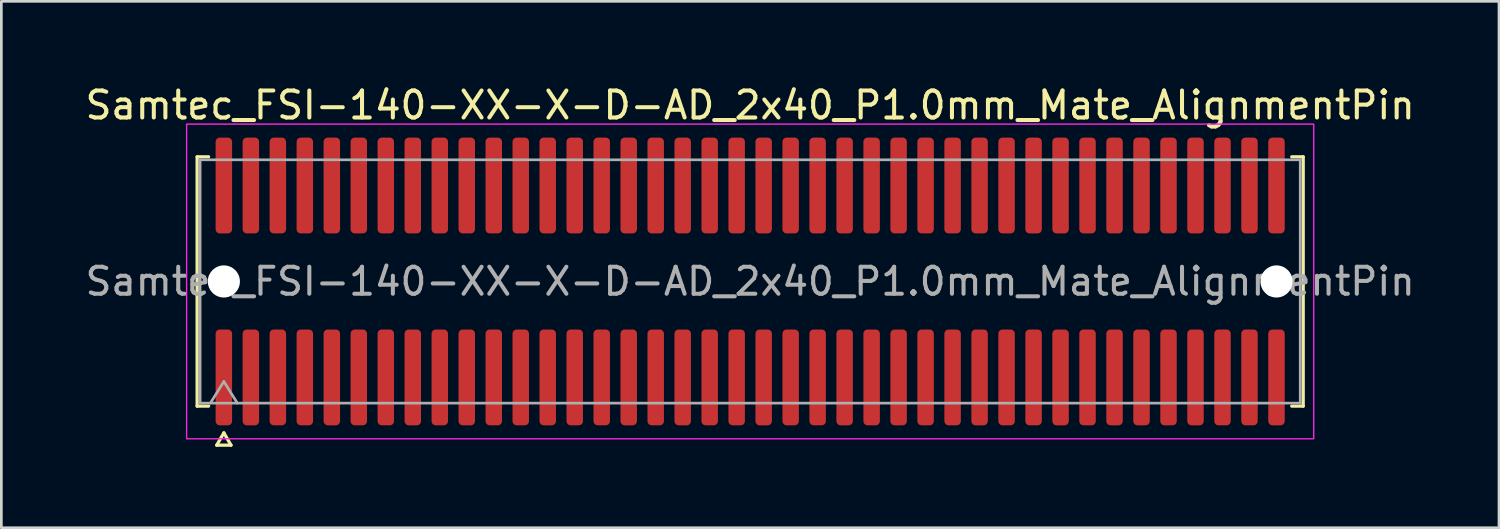
<source format=kicad_pcb>
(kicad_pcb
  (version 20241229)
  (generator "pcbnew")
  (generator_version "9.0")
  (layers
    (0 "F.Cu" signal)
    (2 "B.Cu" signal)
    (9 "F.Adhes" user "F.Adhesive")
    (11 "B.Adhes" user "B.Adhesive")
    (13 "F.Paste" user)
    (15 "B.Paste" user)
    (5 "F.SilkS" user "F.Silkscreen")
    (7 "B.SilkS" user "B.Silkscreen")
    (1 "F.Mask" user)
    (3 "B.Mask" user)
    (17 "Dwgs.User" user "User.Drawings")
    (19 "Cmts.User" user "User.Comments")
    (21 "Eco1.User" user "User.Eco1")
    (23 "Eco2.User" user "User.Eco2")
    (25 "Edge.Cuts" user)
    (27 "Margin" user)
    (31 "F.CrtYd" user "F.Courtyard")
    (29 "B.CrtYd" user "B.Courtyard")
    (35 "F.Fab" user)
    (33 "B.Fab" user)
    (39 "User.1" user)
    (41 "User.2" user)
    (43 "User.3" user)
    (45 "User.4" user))
  (footprint "Samtec_FSI-140-XX-X-D-AD_2x40_P1.0mm_Mate_AlignmentPin"
    (layer "F.Cu")
    (at 24.744 7.378)
    (property "Reference" "Samtec_FSI-140-XX-X-D-AD_2x40_P1.0mm_Mate_AlignmentPin" (at 0 -6.53 0) (layer "F.SilkS") (effects (font (size 1 1) (thickness 0.15))))
    (attr exclude_from_pos_files exclude_from_bom)
    (fp_line (start -20.49 -4.619) (end -20.065 -4.619) (stroke (width 0.12) (type solid)) (layer "F.SilkS"))
    (fp_line (start -20.49 4.619) (end -20.49 -4.619) (stroke (width 0.12) (type solid)) (layer "F.SilkS"))
    (fp_line (start -20.065 4.619) (end -20.49 4.619) (stroke (width 0.12) (type solid)) (layer "F.SilkS"))
    (fp_line (start -19.764 6.066) (end -19.5 5.609) (stroke (width 0.12) (type solid)) (layer "F.SilkS"))
    (fp_line (start -19.5 5.609) (end -19.236 6.066) (stroke (width 0.12) (type solid)) (layer "F.SilkS"))
    (fp_line (start -19.236 6.066) (end -19.764 6.066) (stroke (width 0.12) (type solid)) (layer "F.SilkS"))
    (fp_line (start 20.065 -4.619) (end 20.49 -4.619) (stroke (width 0.12) (type solid)) (layer "F.SilkS"))
    (fp_line (start 20.49 -4.619) (end 20.49 4.619) (stroke (width 0.12) (type solid)) (layer "F.SilkS"))
    (fp_line (start 20.49 4.619) (end 20.065 4.619) (stroke (width 0.12) (type solid)) (layer "F.SilkS"))
    (fp_rect (start -20.88 -5.83) (end 20.88 5.83) (stroke (width 0.05) (type solid)) (fill no) (layer "F.CrtYd"))
    (fp_line (start -20.38 -4.508) (end 20.38 -4.508) (stroke (width 0.1) (type solid)) (layer "F.Fab"))
    (fp_line (start -20.38 4.508) (end -20.38 -4.508) (stroke (width 0.1) (type solid)) (layer "F.Fab"))
    (fp_line (start -20 4.508) (end -19.5 3.708) (stroke (width 0.1) (type solid)) (layer "F.Fab"))
    (fp_line (start -19.5 3.708) (end -19 4.508) (stroke (width 0.1) (type solid)) (layer "F.Fab"))
    (fp_line (start 20.38 -4.508) (end 20.38 4.508) (stroke (width 0.1) (type solid)) (layer "F.Fab"))
    (fp_line (start 20.38 4.508) (end -20.38 4.508) (stroke (width 0.1) (type solid)) (layer "F.Fab"))
    (fp_text user "${REFERENCE}" (at 0 0 0) (layer "F.Fab") (effects (font (size 1 1) (thickness 0.15))))
    (pad "" np_thru_hole circle (at -19.5 0) (size 1.19 1.19) (drill 1.19) (layers "*.Cu" "*.Mask"))
    (pad "" np_thru_hole circle (at 19.5 0) (size 1.19 1.19) (drill 1.19) (layers "*.Cu" "*.Mask"))
    (pad "1" smd roundrect (at -19.5 3.555) (size 0.61 3.55) (layers "F.Cu" "F.Mask") (roundrect_rratio 0.25))
    (pad "2" smd roundrect (at -19.5 -3.555) (size 0.61 3.55) (layers "F.Cu" "F.Mask") (roundrect_rratio 0.25))
    (pad "3" smd roundrect (at -18.5 3.555) (size 0.61 3.55) (layers "F.Cu" "F.Mask") (roundrect_rratio 0.25))
    (pad "4" smd roundrect (at -18.5 -3.555) (size 0.61 3.55) (layers "F.Cu" "F.Mask") (roundrect_rratio 0.25))
    (pad "5" smd roundrect (at -17.5 3.555) (size 0.61 3.55) (layers "F.Cu" "F.Mask") (roundrect_rratio 0.25))
    (pad "6" smd roundrect (at -17.5 -3.555) (size 0.61 3.55) (layers "F.Cu" "F.Mask") (roundrect_rratio 0.25))
    (pad "7" smd roundrect (at -16.5 3.555) (size 0.61 3.55) (layers "F.Cu" "F.Mask") (roundrect_rratio 0.25))
    (pad "8" smd roundrect (at -16.5 -3.555) (size 0.61 3.55) (layers "F.Cu" "F.Mask") (roundrect_rratio 0.25))
    (pad "9" smd roundrect (at -15.5 3.555) (size 0.61 3.55) (layers "F.Cu" "F.Mask") (roundrect_rratio 0.25))
    (pad "10" smd roundrect (at -15.5 -3.555) (size 0.61 3.55) (layers "F.Cu" "F.Mask") (roundrect_rratio 0.25))
    (pad "11" smd roundrect (at -14.5 3.555) (size 0.61 3.55) (layers "F.Cu" "F.Mask") (roundrect_rratio 0.25))
    (pad "12" smd roundrect (at -14.5 -3.555) (size 0.61 3.55) (layers "F.Cu" "F.Mask") (roundrect_rratio 0.25))
    (pad "13" smd roundrect (at -13.5 3.555) (size 0.61 3.55) (layers "F.Cu" "F.Mask") (roundrect_rratio 0.25))
    (pad "14" smd roundrect (at -13.5 -3.555) (size 0.61 3.55) (layers "F.Cu" "F.Mask") (roundrect_rratio 0.25))
    (pad "15" smd roundrect (at -12.5 3.555) (size 0.61 3.55) (layers "F.Cu" "F.Mask") (roundrect_rratio 0.25))
    (pad "16" smd roundrect (at -12.5 -3.555) (size 0.61 3.55) (layers "F.Cu" "F.Mask") (roundrect_rratio 0.25))
    (pad "17" smd roundrect (at -11.5 3.555) (size 0.61 3.55) (layers "F.Cu" "F.Mask") (roundrect_rratio 0.25))
    (pad "18" smd roundrect (at -11.5 -3.555) (size 0.61 3.55) (layers "F.Cu" "F.Mask") (roundrect_rratio 0.25))
    (pad "19" smd roundrect (at -10.5 3.555) (size 0.61 3.55) (layers "F.Cu" "F.Mask") (roundrect_rratio 0.25))
    (pad "20" smd roundrect (at -10.5 -3.555) (size 0.61 3.55) (layers "F.Cu" "F.Mask") (roundrect_rratio 0.25))
    (pad "21" smd roundrect (at -9.5 3.555) (size 0.61 3.55) (layers "F.Cu" "F.Mask") (roundrect_rratio 0.25))
    (pad "22" smd roundrect (at -9.5 -3.555) (size 0.61 3.55) (layers "F.Cu" "F.Mask") (roundrect_rratio 0.25))
    (pad "23" smd roundrect (at -8.5 3.555) (size 0.61 3.55) (layers "F.Cu" "F.Mask") (roundrect_rratio 0.25))
    (pad "24" smd roundrect (at -8.5 -3.555) (size 0.61 3.55) (layers "F.Cu" "F.Mask") (roundrect_rratio 0.25))
    (pad "25" smd roundrect (at -7.5 3.555) (size 0.61 3.55) (layers "F.Cu" "F.Mask") (roundrect_rratio 0.25))
    (pad "26" smd roundrect (at -7.5 -3.555) (size 0.61 3.55) (layers "F.Cu" "F.Mask") (roundrect_rratio 0.25))
    (pad "27" smd roundrect (at -6.5 3.555) (size 0.61 3.55) (layers "F.Cu" "F.Mask") (roundrect_rratio 0.25))
    (pad "28" smd roundrect (at -6.5 -3.555) (size 0.61 3.55) (layers "F.Cu" "F.Mask") (roundrect_rratio 0.25))
    (pad "29" smd roundrect (at -5.5 3.555) (size 0.61 3.55) (layers "F.Cu" "F.Mask") (roundrect_rratio 0.25))
    (pad "30" smd roundrect (at -5.5 -3.555) (size 0.61 3.55) (layers "F.Cu" "F.Mask") (roundrect_rratio 0.25))
    (pad "31" smd roundrect (at -4.5 3.555) (size 0.61 3.55) (layers "F.Cu" "F.Mask") (roundrect_rratio 0.25))
    (pad "32" smd roundrect (at -4.5 -3.555) (size 0.61 3.55) (layers "F.Cu" "F.Mask") (roundrect_rratio 0.25))
    (pad "33" smd roundrect (at -3.5 3.555) (size 0.61 3.55) (layers "F.Cu" "F.Mask") (roundrect_rratio 0.25))
    (pad "34" smd roundrect (at -3.5 -3.555) (size 0.61 3.55) (layers "F.Cu" "F.Mask") (roundrect_rratio 0.25))
    (pad "35" smd roundrect (at -2.5 3.555) (size 0.61 3.55) (layers "F.Cu" "F.Mask") (roundrect_rratio 0.25))
    (pad "36" smd roundrect (at -2.5 -3.555) (size 0.61 3.55) (layers "F.Cu" "F.Mask") (roundrect_rratio 0.25))
    (pad "37" smd roundrect (at -1.5 3.555) (size 0.61 3.55) (layers "F.Cu" "F.Mask") (roundrect_rratio 0.25))
    (pad "38" smd roundrect (at -1.5 -3.555) (size 0.61 3.55) (layers "F.Cu" "F.Mask") (roundrect_rratio 0.25))
    (pad "39" smd roundrect (at -0.5 3.555) (size 0.61 3.55) (layers "F.Cu" "F.Mask") (roundrect_rratio 0.25))
    (pad "40" smd roundrect (at -0.5 -3.555) (size 0.61 3.55) (layers "F.Cu" "F.Mask") (roundrect_rratio 0.25))
    (pad "41" smd roundrect (at 0.5 3.555) (size 0.61 3.55) (layers "F.Cu" "F.Mask") (roundrect_rratio 0.25))
    (pad "42" smd roundrect (at 0.5 -3.555) (size 0.61 3.55) (layers "F.Cu" "F.Mask") (roundrect_rratio 0.25))
    (pad "43" smd roundrect (at 1.5 3.555) (size 0.61 3.55) (layers "F.Cu" "F.Mask") (roundrect_rratio 0.25))
    (pad "44" smd roundrect (at 1.5 -3.555) (size 0.61 3.55) (layers "F.Cu" "F.Mask") (roundrect_rratio 0.25))
    (pad "45" smd roundrect (at 2.5 3.555) (size 0.61 3.55) (layers "F.Cu" "F.Mask") (roundrect_rratio 0.25))
    (pad "46" smd roundrect (at 2.5 -3.555) (size 0.61 3.55) (layers "F.Cu" "F.Mask") (roundrect_rratio 0.25))
    (pad "47" smd roundrect (at 3.5 3.555) (size 0.61 3.55) (layers "F.Cu" "F.Mask") (roundrect_rratio 0.25))
    (pad "48" smd roundrect (at 3.5 -3.555) (size 0.61 3.55) (layers "F.Cu" "F.Mask") (roundrect_rratio 0.25))
    (pad "49" smd roundrect (at 4.5 3.555) (size 0.61 3.55) (layers "F.Cu" "F.Mask") (roundrect_rratio 0.25))
    (pad "50" smd roundrect (at 4.5 -3.555) (size 0.61 3.55) (layers "F.Cu" "F.Mask") (roundrect_rratio 0.25))
    (pad "51" smd roundrect (at 5.5 3.555) (size 0.61 3.55) (layers "F.Cu" "F.Mask") (roundrect_rratio 0.25))
    (pad "52" smd roundrect (at 5.5 -3.555) (size 0.61 3.55) (layers "F.Cu" "F.Mask") (roundrect_rratio 0.25))
    (pad "53" smd roundrect (at 6.5 3.555) (size 0.61 3.55) (layers "F.Cu" "F.Mask") (roundrect_rratio 0.25))
    (pad "54" smd roundrect (at 6.5 -3.555) (size 0.61 3.55) (layers "F.Cu" "F.Mask") (roundrect_rratio 0.25))
    (pad "55" smd roundrect (at 7.5 3.555) (size 0.61 3.55) (layers "F.Cu" "F.Mask") (roundrect_rratio 0.25))
    (pad "56" smd roundrect (at 7.5 -3.555) (size 0.61 3.55) (layers "F.Cu" "F.Mask") (roundrect_rratio 0.25))
    (pad "57" smd roundrect (at 8.5 3.555) (size 0.61 3.55) (layers "F.Cu" "F.Mask") (roundrect_rratio 0.25))
    (pad "58" smd roundrect (at 8.5 -3.555) (size 0.61 3.55) (layers "F.Cu" "F.Mask") (roundrect_rratio 0.25))
    (pad "59" smd roundrect (at 9.5 3.555) (size 0.61 3.55) (layers "F.Cu" "F.Mask") (roundrect_rratio 0.25))
    (pad "60" smd roundrect (at 9.5 -3.555) (size 0.61 3.55) (layers "F.Cu" "F.Mask") (roundrect_rratio 0.25))
    (pad "61" smd roundrect (at 10.5 3.555) (size 0.61 3.55) (layers "F.Cu" "F.Mask") (roundrect_rratio 0.25))
    (pad "62" smd roundrect (at 10.5 -3.555) (size 0.61 3.55) (layers "F.Cu" "F.Mask") (roundrect_rratio 0.25))
    (pad "63" smd roundrect (at 11.5 3.555) (size 0.61 3.55) (layers "F.Cu" "F.Mask") (roundrect_rratio 0.25))
    (pad "64" smd roundrect (at 11.5 -3.555) (size 0.61 3.55) (layers "F.Cu" "F.Mask") (roundrect_rratio 0.25))
    (pad "65" smd roundrect (at 12.5 3.555) (size 0.61 3.55) (layers "F.Cu" "F.Mask") (roundrect_rratio 0.25))
    (pad "66" smd roundrect (at 12.5 -3.555) (size 0.61 3.55) (layers "F.Cu" "F.Mask") (roundrect_rratio 0.25))
    (pad "67" smd roundrect (at 13.5 3.555) (size 0.61 3.55) (layers "F.Cu" "F.Mask") (roundrect_rratio 0.25))
    (pad "68" smd roundrect (at 13.5 -3.555) (size 0.61 3.55) (layers "F.Cu" "F.Mask") (roundrect_rratio 0.25))
    (pad "69" smd roundrect (at 14.5 3.555) (size 0.61 3.55) (layers "F.Cu" "F.Mask") (roundrect_rratio 0.25))
    (pad "70" smd roundrect (at 14.5 -3.555) (size 0.61 3.55) (layers "F.Cu" "F.Mask") (roundrect_rratio 0.25))
    (pad "71" smd roundrect (at 15.5 3.555) (size 0.61 3.55) (layers "F.Cu" "F.Mask") (roundrect_rratio 0.25))
    (pad "72" smd roundrect (at 15.5 -3.555) (size 0.61 3.55) (layers "F.Cu" "F.Mask") (roundrect_rratio 0.25))
    (pad "73" smd roundrect (at 16.5 3.555) (size 0.61 3.55) (layers "F.Cu" "F.Mask") (roundrect_rratio 0.25))
    (pad "74" smd roundrect (at 16.5 -3.555) (size 0.61 3.55) (layers "F.Cu" "F.Mask") (roundrect_rratio 0.25))
    (pad "75" smd roundrect (at 17.5 3.555) (size 0.61 3.55) (layers "F.Cu" "F.Mask") (roundrect_rratio 0.25))
    (pad "76" smd roundrect (at 17.5 -3.555) (size 0.61 3.55) (layers "F.Cu" "F.Mask") (roundrect_rratio 0.25))
    (pad "77" smd roundrect (at 18.5 3.555) (size 0.61 3.55) (layers "F.Cu" "F.Mask") (roundrect_rratio 0.25))
    (pad "78" smd roundrect (at 18.5 -3.555) (size 0.61 3.55) (layers "F.Cu" "F.Mask") (roundrect_rratio 0.25))
    (pad "79" smd roundrect (at 19.5 3.555) (size 0.61 3.55) (layers "F.Cu" "F.Mask") (roundrect_rratio 0.25))
    (pad "80" smd roundrect (at 19.5 -3.555) (size 0.61 3.55) (layers "F.Cu" "F.Mask") (roundrect_rratio 0.25)))
  (gr_rect
    (start -3 -3)
    (end 52.488 16.504)
    (stroke (width 0.1) (type default))
    (fill no)
    (layer "Edge.Cuts")))
</source>
